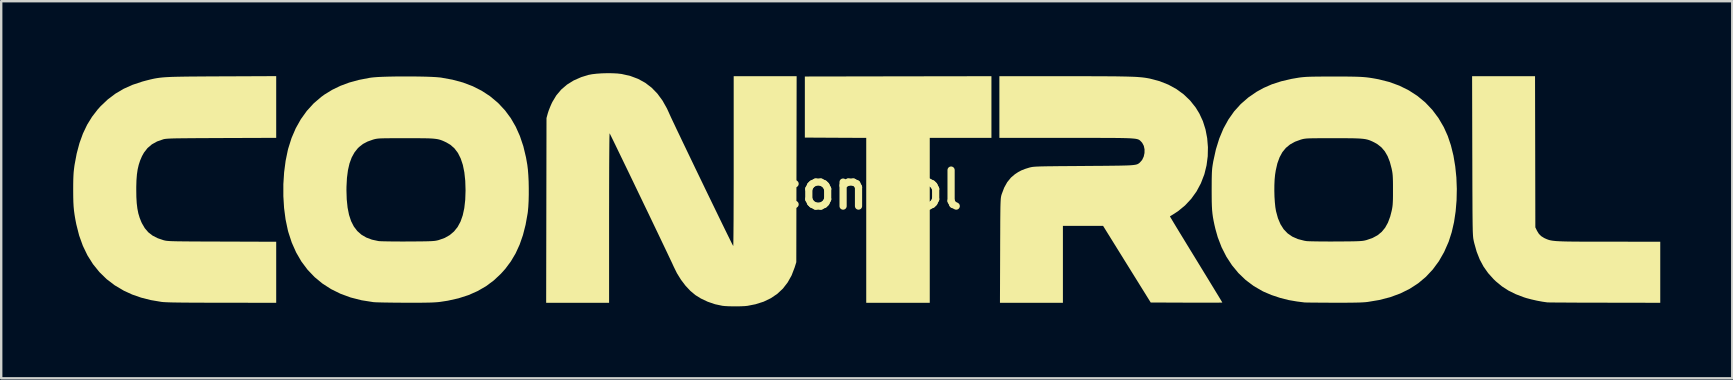
<source format=kicad_pcb>
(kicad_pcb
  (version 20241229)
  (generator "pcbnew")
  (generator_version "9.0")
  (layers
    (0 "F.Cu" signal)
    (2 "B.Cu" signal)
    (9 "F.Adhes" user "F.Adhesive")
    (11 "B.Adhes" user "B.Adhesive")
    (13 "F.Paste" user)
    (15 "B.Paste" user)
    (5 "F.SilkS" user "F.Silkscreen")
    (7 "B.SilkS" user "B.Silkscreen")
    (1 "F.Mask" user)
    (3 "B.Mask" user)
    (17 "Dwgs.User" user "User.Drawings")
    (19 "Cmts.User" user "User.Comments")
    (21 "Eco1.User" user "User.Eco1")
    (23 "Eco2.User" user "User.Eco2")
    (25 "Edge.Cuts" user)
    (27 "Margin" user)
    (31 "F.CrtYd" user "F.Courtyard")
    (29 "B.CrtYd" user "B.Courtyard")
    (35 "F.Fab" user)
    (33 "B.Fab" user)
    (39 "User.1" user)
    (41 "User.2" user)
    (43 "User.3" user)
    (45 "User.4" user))
  (footprint "control"
    (layer "F.Cu")
    (at 33.045 4.859)
    (property "Reference" "control" (at 0 0 0) (layer "F.SilkS") (effects (font (size 1.5 1.5) (thickness 0.3))))
    (attr board_only exclude_from_pos_files exclude_from_bom)
    (fp_poly (pts (xy 5.217 -3.449) (xy 5.217 -2.163) (xy 3.932 -2.163) (xy 2.647 -2.163) (xy 2.647 1.273) (xy 2.647 4.708) (xy 1.323 4.708) (xy 0 4.708) (xy 0 1.273) (xy 0 -2.163) (xy -1.279 -2.169) (xy -2.558 -2.176) (xy -2.558 -3.449) (xy -2.558 -4.721) (xy 1.33 -4.728) (xy 5.217 -4.734)) (stroke (width 0) (type solid)) (fill yes) (layer "F.SilkS"))
    (fp_poly (pts (xy 27.875 -1.584) (xy 27.881 1.565) (xy 27.953 1.712) (xy 28.028 1.834) (xy 28.122 1.929) (xy 28.248 2.008) (xy 28.313 2.038) (xy 28.362 2.059) (xy 28.41 2.077) (xy 28.462 2.094) (xy 28.52 2.107) (xy 28.588 2.119) (xy 28.67 2.129) (xy 28.768 2.138) (xy 28.886 2.144) (xy 29.028 2.15) (xy 29.198 2.154) (xy 29.397 2.157) (xy 29.631 2.159) (xy 29.901 2.161) (xy 30.213 2.162) (xy 30.569 2.162) (xy 30.955 2.162) (xy 33.086 2.163) (xy 33.086 3.436) (xy 33.086 4.708) (xy 30.777 4.704) (xy 30.436 4.704) (xy 30.109 4.703) (xy 29.798 4.702) (xy 29.509 4.701) (xy 29.244 4.699) (xy 29.007 4.698) (xy 28.802 4.697) (xy 28.633 4.695) (xy 28.503 4.694) (xy 28.417 4.692) (xy 28.378 4.691) (xy 28.378 4.691) (xy 28.176 4.662) (xy 27.95 4.62) (xy 27.721 4.568) (xy 27.509 4.512) (xy 27.408 4.48) (xy 27.066 4.35) (xy 26.763 4.2) (xy 26.49 4.024) (xy 26.238 3.816) (xy 26.136 3.718) (xy 25.91 3.466) (xy 25.721 3.197) (xy 25.564 2.904) (xy 25.436 2.579) (xy 25.334 2.216) (xy 25.316 2.139) (xy 25.309 2.103) (xy 25.302 2.067) (xy 25.295 2.028) (xy 25.29 1.984) (xy 25.285 1.932) (xy 25.281 1.868) (xy 25.277 1.791) (xy 25.273 1.697) (xy 25.271 1.583) (xy 25.268 1.448) (xy 25.266 1.287) (xy 25.264 1.099) (xy 25.262 0.881) (xy 25.261 0.629) (xy 25.26 0.342) (xy 25.258 0.015) (xy 25.257 -0.353) (xy 25.256 -0.765) (xy 25.255 -1.224) (xy 25.254 -1.419) (xy 25.246 -4.734) (xy 26.557 -4.734) (xy 27.868 -4.734)) (stroke (width 0) (type solid)) (fill yes) (layer "F.SilkS"))
    (fp_poly (pts (xy -24.586 -3.451) (xy -24.586 -2.165) (xy -26.857 -2.157) (xy -27.253 -2.155) (xy -27.601 -2.154) (xy -27.904 -2.152) (xy -28.167 -2.15) (xy -28.392 -2.148) (xy -28.583 -2.146) (xy -28.743 -2.144) (xy -28.875 -2.141) (xy -28.983 -2.137) (xy -29.069 -2.133) (xy -29.138 -2.128) (xy -29.192 -2.123) (xy -29.235 -2.117) (xy -29.271 -2.11) (xy -29.292 -2.104) (xy -29.549 -2.015) (xy -29.766 -1.894) (xy -29.947 -1.74) (xy -30.095 -1.551) (xy -30.179 -1.4) (xy -30.255 -1.223) (xy -30.314 -1.043) (xy -30.359 -0.851) (xy -30.39 -0.639) (xy -30.409 -0.397) (xy -30.417 -0.118) (xy -30.417 0) (xy -30.413 0.298) (xy -30.398 0.555) (xy -30.371 0.779) (xy -30.332 0.979) (xy -30.277 1.163) (xy -30.207 1.339) (xy -30.182 1.393) (xy -30.062 1.599) (xy -29.916 1.77) (xy -29.738 1.908) (xy -29.522 2.018) (xy -29.298 2.094) (xy -29.263 2.104) (xy -29.229 2.112) (xy -29.191 2.12) (xy -29.147 2.126) (xy -29.093 2.131) (xy -29.025 2.136) (xy -28.941 2.14) (xy -28.836 2.143) (xy -28.708 2.146) (xy -28.553 2.148) (xy -28.368 2.15) (xy -28.149 2.152) (xy -27.893 2.153) (xy -27.596 2.155) (xy -27.255 2.156) (xy -26.867 2.157) (xy -26.844 2.157) (xy -24.586 2.165) (xy -24.586 3.437) (xy -24.586 4.708) (xy -26.857 4.706) (xy -27.281 4.705) (xy -27.658 4.704) (xy -27.989 4.703) (xy -28.277 4.701) (xy -28.526 4.699) (xy -28.738 4.696) (xy -28.916 4.693) (xy -29.063 4.689) (xy -29.182 4.684) (xy -29.275 4.679) (xy -29.345 4.673) (xy -29.376 4.669) (xy -29.814 4.595) (xy -30.214 4.493) (xy -30.586 4.364) (xy -30.937 4.203) (xy -30.943 4.199) (xy -31.315 3.979) (xy -31.652 3.722) (xy -31.953 3.428) (xy -32.219 3.099) (xy -32.449 2.735) (xy -32.641 2.337) (xy -32.797 1.905) (xy -32.915 1.44) (xy -32.92 1.416) (xy -32.959 1.214) (xy -32.989 1.034) (xy -33.012 0.864) (xy -33.028 0.693) (xy -33.038 0.509) (xy -33.043 0.3) (xy -33.045 0.056) (xy -33.045 -0.025) (xy -33.044 -0.249) (xy -33.041 -0.432) (xy -33.035 -0.585) (xy -33.027 -0.719) (xy -33.014 -0.844) (xy -32.998 -0.97) (xy -32.988 -1.038) (xy -32.899 -1.513) (xy -32.783 -1.947) (xy -32.639 -2.344) (xy -32.466 -2.708) (xy -32.26 -3.042) (xy -32.022 -3.351) (xy -31.896 -3.49) (xy -31.602 -3.768) (xy -31.286 -4.006) (xy -30.944 -4.208) (xy -30.569 -4.376) (xy -30.158 -4.512) (xy -30.039 -4.544) (xy -29.93 -4.572) (xy -29.83 -4.597) (xy -29.736 -4.619) (xy -29.644 -4.638) (xy -29.551 -4.654) (xy -29.452 -4.668) (xy -29.344 -4.68) (xy -29.223 -4.69) (xy -29.085 -4.698) (xy -28.928 -4.705) (xy -28.746 -4.71) (xy -28.536 -4.714) (xy -28.295 -4.718) (xy -28.018 -4.72) (xy -27.703 -4.723) (xy -27.345 -4.725) (xy -26.94 -4.727) (xy -26.857 -4.727) (xy -24.586 -4.737)) (stroke (width 0) (type solid)) (fill yes) (layer "F.SilkS"))
    (fp_poly (pts (xy -10.577 -4.857) (xy -10.372 -4.847) (xy -10.198 -4.827) (xy -10.182 -4.824) (xy -9.828 -4.743) (xy -9.504 -4.621) (xy -9.209 -4.459) (xy -8.943 -4.256) (xy -8.704 -4.01) (xy -8.491 -3.721) (xy -8.304 -3.389) (xy -8.217 -3.199) (xy -8.188 -3.134) (xy -8.14 -3.029) (xy -8.074 -2.888) (xy -7.992 -2.716) (xy -7.897 -2.514) (xy -7.788 -2.288) (xy -7.67 -2.039) (xy -7.541 -1.771) (xy -7.406 -1.489) (xy -7.264 -1.194) (xy -7.119 -0.891) (xy -6.97 -0.583) (xy -6.821 -0.274) (xy -6.673 0.033) (xy -6.526 0.336) (xy -6.384 0.629) (xy -6.247 0.911) (xy -6.118 1.177) (xy -5.998 1.424) (xy -5.888 1.649) (xy -5.79 1.849) (xy -5.706 2.019) (xy -5.638 2.157) (xy -5.587 2.259) (xy -5.554 2.321) (xy -5.543 2.341) (xy -5.54 2.317) (xy -5.538 2.244) (xy -5.536 2.125) (xy -5.534 1.965) (xy -5.532 1.765) (xy -5.53 1.529) (xy -5.528 1.26) (xy -5.527 0.959) (xy -5.526 0.631) (xy -5.525 0.278) (xy -5.524 -0.097) (xy -5.523 -0.491) (xy -5.523 -0.901) (xy -5.523 -1.196) (xy -5.523 -4.734) (xy -4.212 -4.734) (xy -2.9 -4.734) (xy -2.907 -0.859) (xy -2.914 3.016) (xy -2.985 3.242) (xy -3.111 3.569) (xy -3.274 3.86) (xy -3.472 4.116) (xy -3.705 4.334) (xy -3.973 4.516) (xy -4.276 4.662) (xy -4.614 4.769) (xy -4.95 4.835) (xy -5.065 4.846) (xy -5.216 4.853) (xy -5.389 4.857) (xy -5.569 4.856) (xy -5.74 4.852) (xy -5.89 4.844) (xy -5.994 4.833) (xy -6.3 4.768) (xy -6.605 4.664) (xy -6.892 4.528) (xy -7.114 4.39) (xy -7.325 4.215) (xy -7.529 3.998) (xy -7.718 3.749) (xy -7.887 3.477) (xy -8.019 3.209) (xy -8.045 3.153) (xy -8.089 3.056) (xy -8.152 2.924) (xy -8.231 2.757) (xy -8.324 2.561) (xy -8.43 2.339) (xy -8.547 2.094) (xy -8.673 1.829) (xy -8.808 1.548) (xy -8.948 1.255) (xy -9.093 0.952) (xy -9.242 0.644) (xy -9.391 0.333) (xy -9.54 0.024) (xy -9.686 -0.281) (xy -9.829 -0.578) (xy -9.967 -0.864) (xy -10.098 -1.134) (xy -10.22 -1.387) (xy -10.332 -1.618) (xy -10.431 -1.823) (xy -10.517 -2) (xy -10.588 -2.145) (xy -10.642 -2.254) (xy -10.677 -2.325) (xy -10.693 -2.353) (xy -10.693 -2.353) (xy -10.695 -2.331) (xy -10.698 -2.261) (xy -10.701 -2.145) (xy -10.703 -1.986) (xy -10.705 -1.787) (xy -10.707 -1.55) (xy -10.709 -1.277) (xy -10.711 -0.973) (xy -10.712 -0.638) (xy -10.713 -0.276) (xy -10.714 0.11) (xy -10.714 0.519) (xy -10.715 0.946) (xy -10.715 1.166) (xy -10.715 4.708) (xy -12.026 4.708) (xy -13.337 4.708) (xy -13.33 0.859) (xy -13.323 -2.99) (xy -13.267 -3.194) (xy -13.23 -3.306) (xy -13.177 -3.441) (xy -13.117 -3.581) (xy -13.079 -3.66) (xy -12.914 -3.934) (xy -12.711 -4.175) (xy -12.469 -4.383) (xy -12.191 -4.556) (xy -11.875 -4.695) (xy -11.577 -4.787) (xy -11.424 -4.816) (xy -11.235 -4.838) (xy -11.021 -4.853) (xy -10.798 -4.859)) (stroke (width 0) (type solid)) (fill yes) (layer "F.SilkS"))
    (fp_poly (pts (xy 8.265 -4.734) (xy 8.732 -4.733) (xy 9.151 -4.733) (xy 9.525 -4.732) (xy 9.858 -4.731) (xy 10.152 -4.729) (xy 10.411 -4.727) (xy 10.638 -4.723) (xy 10.836 -4.719) (xy 11.008 -4.714) (xy 11.158 -4.709) (xy 11.287 -4.702) (xy 11.4 -4.693) (xy 11.5 -4.684) (xy 11.59 -4.673) (xy 11.672 -4.661) (xy 11.751 -4.647) (xy 11.827 -4.632) (xy 12.222 -4.527) (xy 12.588 -4.382) (xy 12.923 -4.199) (xy 13.225 -3.979) (xy 13.493 -3.723) (xy 13.725 -3.432) (xy 13.881 -3.178) (xy 14.028 -2.861) (xy 14.137 -2.516) (xy 14.207 -2.152) (xy 14.238 -1.776) (xy 14.23 -1.397) (xy 14.181 -1.021) (xy 14.092 -0.657) (xy 14.086 -0.639) (xy 13.945 -0.272) (xy 13.763 0.068) (xy 13.542 0.376) (xy 13.284 0.652) (xy 12.992 0.892) (xy 12.802 1.016) (xy 12.729 1.061) (xy 12.675 1.093) (xy 12.655 1.107) (xy 12.666 1.129) (xy 12.703 1.191) (xy 12.762 1.29) (xy 12.842 1.423) (xy 12.941 1.587) (xy 13.057 1.778) (xy 13.188 1.992) (xy 13.332 2.228) (xy 13.487 2.482) (xy 13.651 2.749) (xy 13.743 2.899) (xy 13.911 3.174) (xy 14.071 3.436) (xy 14.222 3.682) (xy 14.36 3.909) (xy 14.485 4.114) (xy 14.594 4.293) (xy 14.686 4.443) (xy 14.758 4.562) (xy 14.808 4.645) (xy 14.834 4.69) (xy 14.838 4.697) (xy 14.813 4.699) (xy 14.742 4.701) (xy 14.629 4.702) (xy 14.478 4.703) (xy 14.294 4.704) (xy 14.082 4.704) (xy 13.845 4.704) (xy 13.589 4.703) (xy 13.346 4.702) (xy 11.854 4.696) (xy 10.861 3.099) (xy 9.869 1.502) (xy 9.032 1.502) (xy 8.195 1.502) (xy 8.195 3.105) (xy 8.195 4.708) (xy 6.884 4.708) (xy 5.572 4.708) (xy 5.58 2.539) (xy 5.581 2.157) (xy 5.583 1.822) (xy 5.584 1.531) (xy 5.585 1.281) (xy 5.587 1.068) (xy 5.589 0.888) (xy 5.591 0.739) (xy 5.594 0.616) (xy 5.598 0.517) (xy 5.602 0.437) (xy 5.606 0.374) (xy 5.612 0.323) (xy 5.619 0.282) (xy 5.626 0.247) (xy 5.635 0.215) (xy 5.645 0.182) (xy 5.748 -0.09) (xy 5.876 -0.32) (xy 6.033 -0.511) (xy 6.194 -0.648) (xy 6.332 -0.739) (xy 6.466 -0.81) (xy 6.615 -0.869) (xy 6.788 -0.923) (xy 6.825 -0.933) (xy 6.861 -0.941) (xy 6.901 -0.949) (xy 6.948 -0.956) (xy 7.005 -0.961) (xy 7.076 -0.966) (xy 7.165 -0.97) (xy 7.275 -0.974) (xy 7.41 -0.977) (xy 7.573 -0.98) (xy 7.768 -0.982) (xy 7.999 -0.985) (xy 8.269 -0.987) (xy 8.581 -0.989) (xy 8.94 -0.992) (xy 9.061 -0.993) (xy 9.444 -0.996) (xy 9.781 -0.998) (xy 10.073 -1.001) (xy 10.324 -1.004) (xy 10.538 -1.007) (xy 10.718 -1.011) (xy 10.868 -1.015) (xy 10.99 -1.021) (xy 11.089 -1.028) (xy 11.167 -1.037) (xy 11.228 -1.047) (xy 11.275 -1.059) (xy 11.312 -1.073) (xy 11.342 -1.09) (xy 11.369 -1.109) (xy 11.395 -1.131) (xy 11.402 -1.137) (xy 11.497 -1.246) (xy 11.562 -1.382) (xy 11.595 -1.533) (xy 11.597 -1.686) (xy 11.566 -1.831) (xy 11.501 -1.955) (xy 11.465 -1.997) (xy 11.44 -2.022) (xy 11.418 -2.045) (xy 11.395 -2.065) (xy 11.368 -2.083) (xy 11.336 -2.098) (xy 11.294 -2.111) (xy 11.24 -2.123) (xy 11.171 -2.132) (xy 11.084 -2.14) (xy 10.977 -2.147) (xy 10.846 -2.152) (xy 10.689 -2.156) (xy 10.503 -2.159) (xy 10.285 -2.161) (xy 10.032 -2.162) (xy 9.741 -2.163) (xy 9.409 -2.163) (xy 9.034 -2.163) (xy 8.612 -2.163) (xy 8.343 -2.163) (xy 5.548 -2.163) (xy 5.548 -3.449) (xy 5.548 -4.734)) (stroke (width 0) (type solid)) (fill yes) (layer "F.SilkS"))
    (fp_poly (pts (xy -18.851 -4.723) (xy -18.59 -4.719) (xy -18.345 -4.714) (xy -18.125 -4.706) (xy -17.935 -4.696) (xy -17.784 -4.683) (xy -17.72 -4.676) (xy -17.242 -4.589) (xy -16.801 -4.47) (xy -16.396 -4.316) (xy -16.023 -4.127) (xy -15.68 -3.903) (xy -15.366 -3.641) (xy -15.326 -3.604) (xy -15.051 -3.309) (xy -14.811 -2.985) (xy -14.605 -2.629) (xy -14.431 -2.24) (xy -14.288 -1.814) (xy -14.177 -1.351) (xy -14.122 -1.038) (xy -14.098 -0.841) (xy -14.08 -0.606) (xy -14.067 -0.346) (xy -14.062 -0.073) (xy -14.062 0.202) (xy -14.068 0.466) (xy -14.081 0.707) (xy -14.1 0.915) (xy -14.109 0.98) (xy -14.194 1.455) (xy -14.305 1.889) (xy -14.443 2.285) (xy -14.61 2.649) (xy -14.808 2.983) (xy -15.038 3.292) (xy -15.226 3.501) (xy -15.522 3.778) (xy -15.843 4.017) (xy -16.193 4.219) (xy -16.573 4.387) (xy -16.986 4.52) (xy -17.436 4.621) (xy -17.748 4.669) (xy -17.836 4.679) (xy -17.936 4.687) (xy -18.053 4.694) (xy -18.192 4.699) (xy -18.359 4.702) (xy -18.558 4.705) (xy -18.796 4.706) (xy -19.077 4.705) (xy -19.198 4.705) (xy -19.443 4.704) (xy -19.679 4.702) (xy -19.899 4.699) (xy -20.098 4.696) (xy -20.268 4.692) (xy -20.405 4.688) (xy -20.501 4.683) (xy -20.539 4.68) (xy -21.026 4.603) (xy -21.483 4.487) (xy -21.908 4.331) (xy -22.301 4.137) (xy -22.661 3.905) (xy -22.987 3.636) (xy -23.279 3.33) (xy -23.535 2.989) (xy -23.754 2.612) (xy -23.937 2.201) (xy -24.082 1.757) (xy -24.102 1.679) (xy -24.196 1.233) (xy -24.258 0.759) (xy -24.288 0.266) (xy -24.288 0.013) (xy -21.659 0.013) (xy -21.647 0.4) (xy -21.611 0.744) (xy -21.551 1.046) (xy -21.464 1.308) (xy -21.35 1.531) (xy -21.207 1.718) (xy -21.035 1.87) (xy -20.832 1.989) (xy -20.597 2.077) (xy -20.329 2.135) (xy -20.322 2.136) (xy -20.264 2.141) (xy -20.161 2.145) (xy -20.02 2.148) (xy -19.847 2.151) (xy -19.648 2.153) (xy -19.429 2.154) (xy -19.197 2.154) (xy -19.088 2.153) (xy -18.823 2.152) (xy -18.604 2.15) (xy -18.424 2.148) (xy -18.279 2.145) (xy -18.164 2.141) (xy -18.072 2.136) (xy -17.999 2.13) (xy -17.939 2.122) (xy -17.887 2.112) (xy -17.837 2.1) (xy -17.808 2.092) (xy -17.566 2.006) (xy -17.355 1.887) (xy -17.176 1.735) (xy -17.026 1.548) (xy -16.905 1.324) (xy -16.813 1.062) (xy -16.748 0.761) (xy -16.709 0.418) (xy -16.696 0.032) (xy -16.696 0.023) (xy -16.708 -0.374) (xy -16.746 -0.727) (xy -16.809 -1.038) (xy -16.899 -1.307) (xy -17.014 -1.536) (xy -17.157 -1.725) (xy -17.327 -1.875) (xy -17.497 -1.975) (xy -17.58 -2.014) (xy -17.655 -2.047) (xy -17.726 -2.074) (xy -17.799 -2.096) (xy -17.879 -2.113) (xy -17.972 -2.126) (xy -18.082 -2.136) (xy -18.215 -2.143) (xy -18.377 -2.147) (xy -18.572 -2.149) (xy -18.806 -2.15) (xy -19.084 -2.151) (xy -19.177 -2.151) (xy -19.452 -2.151) (xy -19.681 -2.15) (xy -19.87 -2.149) (xy -20.023 -2.148) (xy -20.145 -2.145) (xy -20.242 -2.142) (xy -20.319 -2.137) (xy -20.381 -2.13) (xy -20.433 -2.122) (xy -20.479 -2.112) (xy -20.526 -2.099) (xy -20.551 -2.092) (xy -20.779 -2.011) (xy -20.969 -1.911) (xy -21.131 -1.784) (xy -21.188 -1.729) (xy -21.327 -1.553) (xy -21.441 -1.345) (xy -21.531 -1.1) (xy -21.596 -0.818) (xy -21.638 -0.496) (xy -21.657 -0.131) (xy -21.659 0.013) (xy -24.288 0.013) (xy -24.288 -0.234) (xy -24.256 -0.73) (xy -24.193 -1.211) (xy -24.099 -1.665) (xy -24.085 -1.718) (xy -23.947 -2.156) (xy -23.771 -2.565) (xy -23.558 -2.943) (xy -23.311 -3.287) (xy -23.03 -3.596) (xy -22.716 -3.866) (xy -22.575 -3.969) (xy -22.254 -4.166) (xy -21.911 -4.332) (xy -21.543 -4.469) (xy -21.141 -4.579) (xy -20.701 -4.664) (xy -20.628 -4.675) (xy -20.505 -4.688) (xy -20.34 -4.7) (xy -20.138 -4.709) (xy -19.907 -4.716) (xy -19.656 -4.721) (xy -19.391 -4.724) (xy -19.12 -4.724)) (stroke (width 0) (type solid)) (fill yes) (layer "F.SilkS"))
    (fp_poly (pts (xy 19.77 -4.72) (xy 20.025 -4.719) (xy 20.242 -4.716) (xy 20.427 -4.712) (xy 20.587 -4.706) (xy 20.728 -4.697) (xy 20.857 -4.685) (xy 20.979 -4.669) (xy 21.102 -4.65) (xy 21.231 -4.627) (xy 21.353 -4.604) (xy 21.801 -4.491) (xy 22.22 -4.337) (xy 22.61 -4.143) (xy 22.969 -3.91) (xy 23.296 -3.639) (xy 23.588 -3.331) (xy 23.845 -2.988) (xy 24.066 -2.611) (xy 24.231 -2.244) (xy 24.363 -1.852) (xy 24.468 -1.427) (xy 24.543 -0.977) (xy 24.591 -0.512) (xy 24.609 -0.039) (xy 24.599 0.434) (xy 24.56 0.898) (xy 24.493 1.346) (xy 24.396 1.768) (xy 24.271 2.157) (xy 24.264 2.175) (xy 24.079 2.595) (xy 23.86 2.977) (xy 23.607 3.32) (xy 23.321 3.626) (xy 23 3.895) (xy 22.646 4.125) (xy 22.257 4.318) (xy 21.834 4.474) (xy 21.376 4.592) (xy 20.896 4.672) (xy 20.803 4.682) (xy 20.69 4.69) (xy 20.554 4.696) (xy 20.389 4.7) (xy 20.19 4.703) (xy 19.954 4.705) (xy 19.675 4.705) (xy 19.458 4.705) (xy 19.219 4.704) (xy 18.995 4.703) (xy 18.789 4.701) (xy 18.609 4.7) (xy 18.459 4.698) (xy 18.345 4.696) (xy 18.272 4.694) (xy 18.248 4.692) (xy 18.195 4.685) (xy 18.106 4.674) (xy 17.999 4.66) (xy 17.956 4.655) (xy 17.604 4.595) (xy 17.243 4.503) (xy 16.891 4.386) (xy 16.566 4.248) (xy 16.503 4.217) (xy 16.142 4.007) (xy 15.809 3.757) (xy 15.508 3.468) (xy 15.24 3.143) (xy 15.006 2.785) (xy 14.808 2.395) (xy 14.647 1.976) (xy 14.549 1.629) (xy 14.507 1.449) (xy 14.474 1.29) (xy 14.447 1.142) (xy 14.427 0.997) (xy 14.412 0.845) (xy 14.403 0.678) (xy 14.397 0.487) (xy 14.395 0.264) (xy 14.394 0.038) (xy 17.005 0.038) (xy 17.011 0.282) (xy 17.026 0.515) (xy 17.047 0.723) (xy 17.075 0.889) (xy 17.155 1.183) (xy 17.261 1.434) (xy 17.395 1.645) (xy 17.559 1.816) (xy 17.756 1.952) (xy 17.987 2.053) (xy 18.255 2.122) (xy 18.338 2.136) (xy 18.396 2.141) (xy 18.499 2.145) (xy 18.64 2.148) (xy 18.813 2.151) (xy 19.012 2.153) (xy 19.231 2.154) (xy 19.463 2.154) (xy 19.572 2.153) (xy 19.837 2.152) (xy 20.056 2.15) (xy 20.236 2.148) (xy 20.381 2.145) (xy 20.496 2.141) (xy 20.588 2.136) (xy 20.661 2.13) (xy 20.721 2.122) (xy 20.773 2.112) (xy 20.823 2.1) (xy 20.852 2.092) (xy 21.095 2.008) (xy 21.303 1.896) (xy 21.477 1.755) (xy 21.622 1.579) (xy 21.74 1.366) (xy 21.834 1.112) (xy 21.894 0.878) (xy 21.912 0.79) (xy 21.926 0.706) (xy 21.936 0.618) (xy 21.942 0.516) (xy 21.947 0.391) (xy 21.949 0.236) (xy 21.949 0.039) (xy 21.949 0) (xy 21.949 -0.204) (xy 21.947 -0.367) (xy 21.943 -0.496) (xy 21.937 -0.601) (xy 21.928 -0.691) (xy 21.915 -0.775) (xy 21.897 -0.862) (xy 21.894 -0.878) (xy 21.819 -1.162) (xy 21.725 -1.402) (xy 21.609 -1.602) (xy 21.47 -1.766) (xy 21.304 -1.898) (xy 21.177 -1.971) (xy 21.097 -2.011) (xy 21.023 -2.044) (xy 20.952 -2.072) (xy 20.877 -2.094) (xy 20.794 -2.112) (xy 20.698 -2.125) (xy 20.583 -2.135) (xy 20.444 -2.142) (xy 20.276 -2.147) (xy 20.074 -2.149) (xy 19.832 -2.15) (xy 19.545 -2.151) (xy 19.483 -2.151) (xy 19.208 -2.151) (xy 18.978 -2.15) (xy 18.79 -2.149) (xy 18.637 -2.148) (xy 18.515 -2.145) (xy 18.417 -2.142) (xy 18.341 -2.137) (xy 18.279 -2.13) (xy 18.227 -2.122) (xy 18.18 -2.112) (xy 18.134 -2.099) (xy 18.109 -2.092) (xy 17.867 -2.004) (xy 17.659 -1.889) (xy 17.484 -1.745) (xy 17.339 -1.567) (xy 17.223 -1.353) (xy 17.131 -1.1) (xy 17.064 -0.805) (xy 17.036 -0.627) (xy 17.017 -0.429) (xy 17.007 -0.203) (xy 17.005 0.038) (xy 14.394 0.038) (xy 14.394 -0.002) (xy 14.394 -0.013) (xy 14.395 -0.243) (xy 14.396 -0.429) (xy 14.399 -0.581) (xy 14.403 -0.706) (xy 14.409 -0.811) (xy 14.417 -0.904) (xy 14.429 -0.994) (xy 14.444 -1.088) (xy 14.462 -1.194) (xy 14.463 -1.196) (xy 14.571 -1.687) (xy 14.711 -2.138) (xy 14.884 -2.552) (xy 15.091 -2.928) (xy 15.331 -3.269) (xy 15.607 -3.574) (xy 15.918 -3.845) (xy 16.265 -4.084) (xy 16.558 -4.245) (xy 16.905 -4.397) (xy 17.293 -4.522) (xy 17.722 -4.622) (xy 18.032 -4.675) (xy 18.116 -4.686) (xy 18.203 -4.695) (xy 18.3 -4.703) (xy 18.413 -4.709) (xy 18.546 -4.713) (xy 18.706 -4.716) (xy 18.899 -4.718) (xy 19.131 -4.72) (xy 19.406 -4.72) (xy 19.47 -4.72)) (stroke (width 0) (type solid)) (fill yes) (layer "F.SilkS")))
  (gr_rect
    (start -3 -3)
    (end 69.131 12.716)
    (stroke (width 0.1) (type default))
    (fill no)
    (layer "Edge.Cuts")))
</source>
